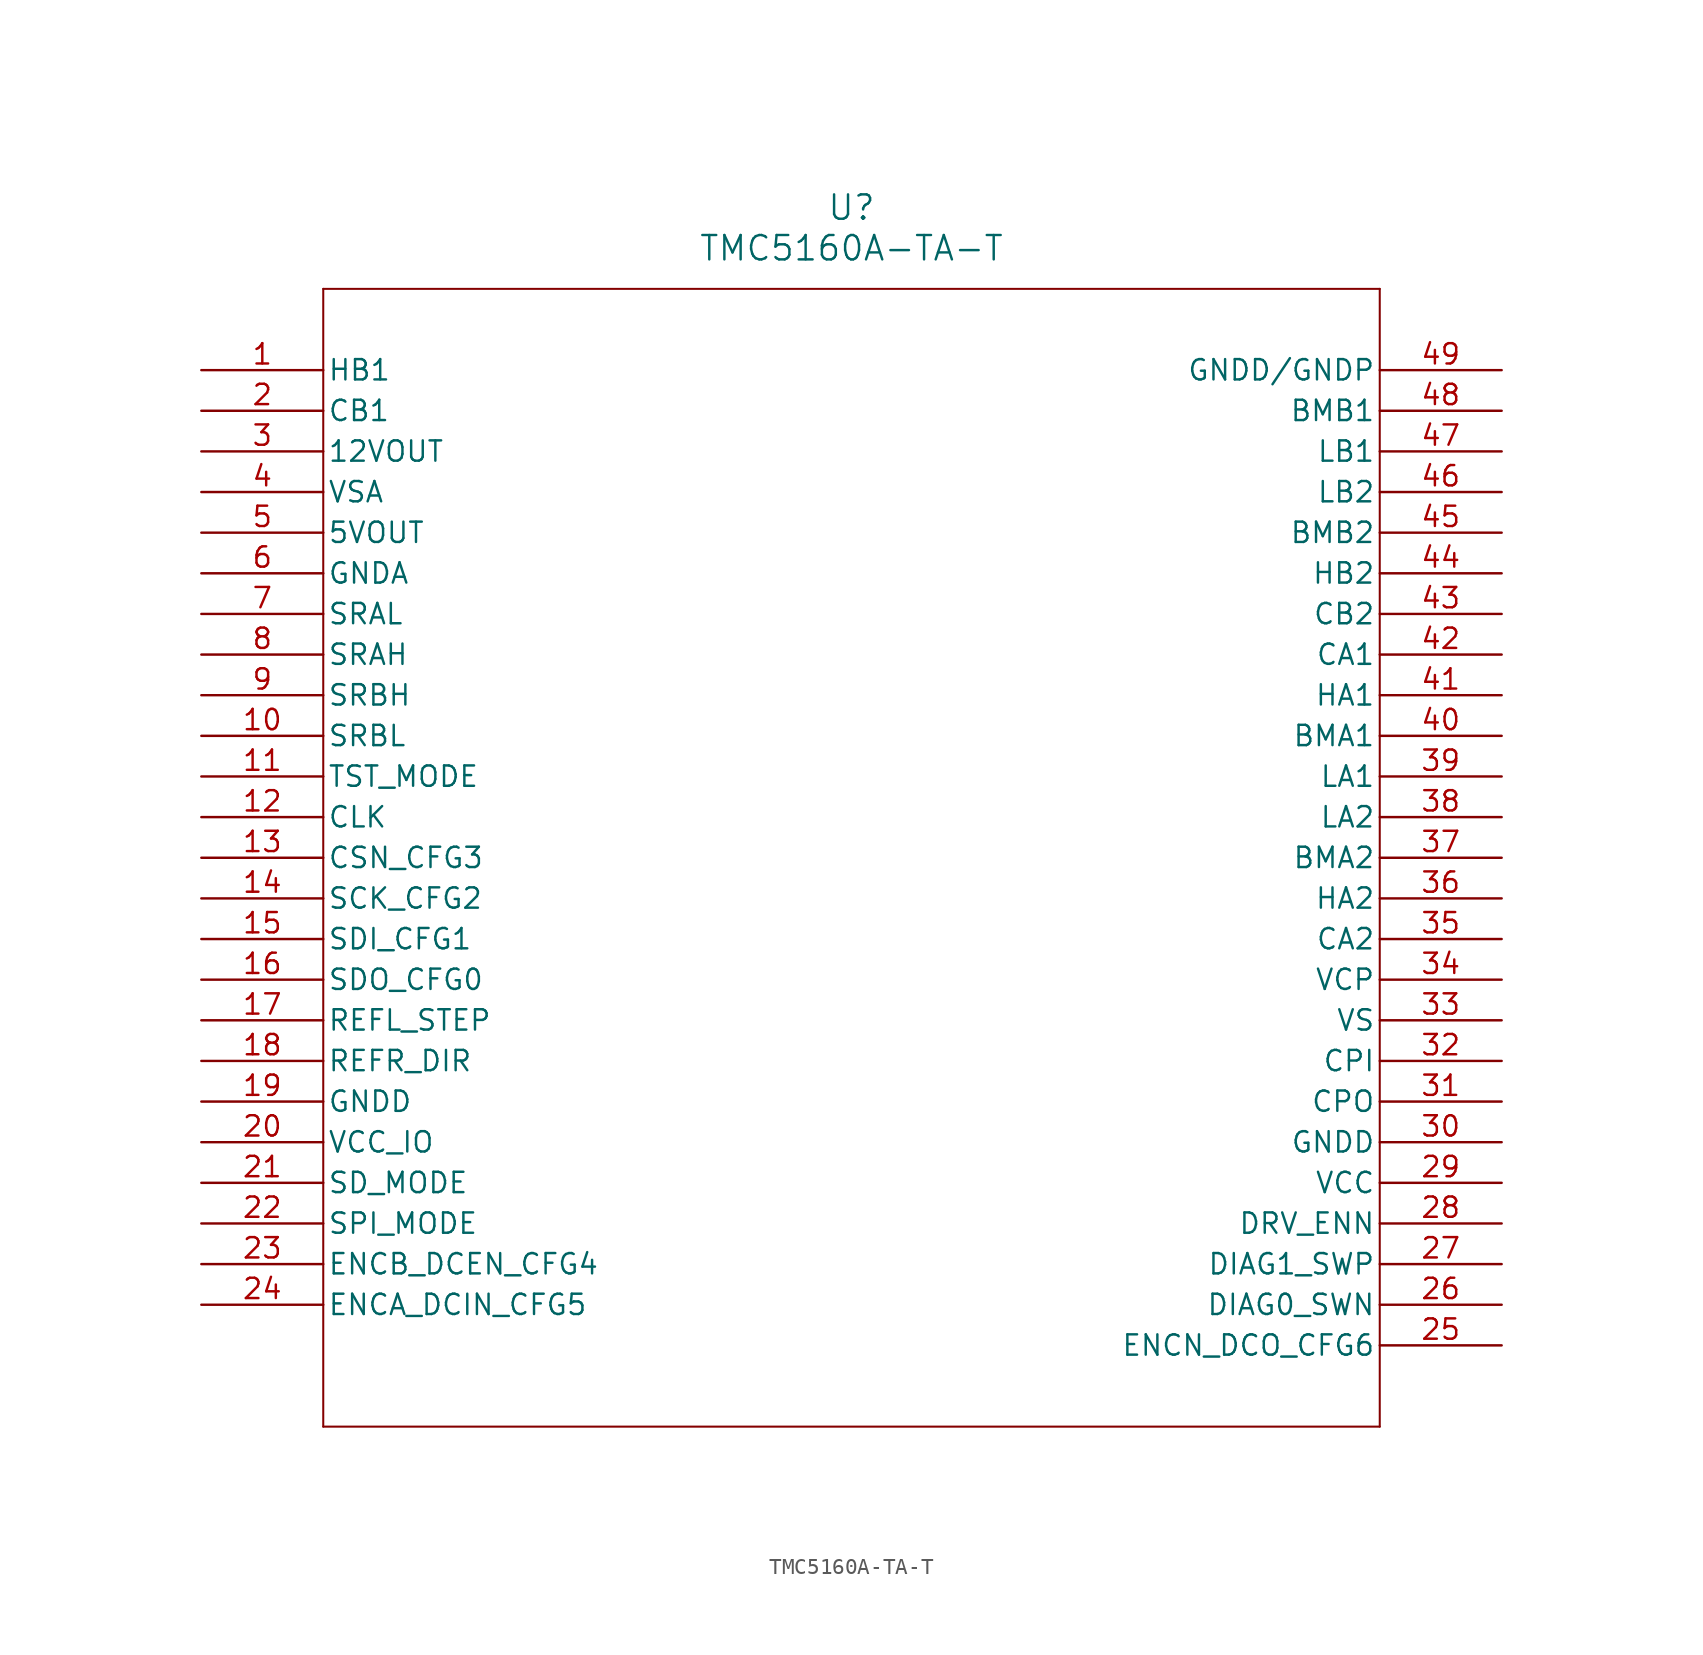
<source format=kicad_sym>
(kicad_symbol_lib
  (version 20231120)
  (generator "kicad_symbol_editor")
  (generator_version "8.0")
  (symbol "TMC5160A-TA-T"
    (pin_names
      (offset 0.254))
    (property "Reference" "U"
      (at 40.64 10.16 0)
      (effects (font (size 1.524 1.524))))
    (property "Value" "TMC5160A-TA-T"
      (at 40.64 7.62 0)
      (effects (font (size 1.524 1.524))))
    (symbol "TMC5160A-TA-T_0_1"
      (polyline (pts (xy 7.62 -66.04) (xy 73.66 -66.04)) (stroke (width 0.127) (type default)) (fill (type none)))
      (polyline (pts (xy 7.62 5.08) (xy 7.62 -66.04)) (stroke (width 0.127) (type default)) (fill (type none)))
      (polyline (pts (xy 73.66 -66.04) (xy 73.66 5.08)) (stroke (width 0.127) (type default)) (fill (type none)))
      (polyline (pts (xy 73.66 5.08) (xy 7.62 5.08)) (stroke (width 0.127) (type default)) (fill (type none)))
      (pin power_in line (at 0 0 0) (length 7.62) (name "HB1" (effects (font (size 1.27 1.27)))) (number "1" (effects (font (size 1.27 1.27)))))
      (pin unspecified line (at 0 -22.86 0) (length 7.62) (name "SRBL" (effects (font (size 1.27 1.27)))) (number "10" (effects (font (size 1.27 1.27)))))
      (pin input line (at 0 -25.4 0) (length 7.62) (name "TST_MODE" (effects (font (size 1.27 1.27)))) (number "11" (effects (font (size 1.27 1.27)))))
      (pin input line (at 0 -27.94 0) (length 7.62) (name "CLK" (effects (font (size 1.27 1.27)))) (number "12" (effects (font (size 1.27 1.27)))))
      (pin input line (at 0 -30.48 0) (length 7.62) (name "CSN_CFG3" (effects (font (size 1.27 1.27)))) (number "13" (effects (font (size 1.27 1.27)))))
      (pin input line (at 0 -33.02 0) (length 7.62) (name "SCK_CFG2" (effects (font (size 1.27 1.27)))) (number "14" (effects (font (size 1.27 1.27)))))
      (pin input line (at 0 -35.56 0) (length 7.62) (name "SDI_CFG1" (effects (font (size 1.27 1.27)))) (number "15" (effects (font (size 1.27 1.27)))))
      (pin output line (at 0 -38.1 0) (length 7.62) (name "SDO_CFG0" (effects (font (size 1.27 1.27)))) (number "16" (effects (font (size 1.27 1.27)))))
      (pin input line (at 0 -40.64 0) (length 7.62) (name "REFL_STEP" (effects (font (size 1.27 1.27)))) (number "17" (effects (font (size 1.27 1.27)))))
      (pin input line (at 0 -43.18 0) (length 7.62) (name "REFR_DIR" (effects (font (size 1.27 1.27)))) (number "18" (effects (font (size 1.27 1.27)))))
      (pin power_out line (at 0 -45.72 0) (length 7.62) (name "GNDD" (effects (font (size 1.27 1.27)))) (number "19" (effects (font (size 1.27 1.27)))))
      (pin power_in line (at 0 -2.54 0) (length 7.62) (name "CB1" (effects (font (size 1.27 1.27)))) (number "2" (effects (font (size 1.27 1.27)))))
      (pin power_in line (at 0 -48.26 0) (length 7.62) (name "VCC_IO" (effects (font (size 1.27 1.27)))) (number "20" (effects (font (size 1.27 1.27)))))
      (pin input line (at 0 -50.8 0) (length 7.62) (name "SD_MODE" (effects (font (size 1.27 1.27)))) (number "21" (effects (font (size 1.27 1.27)))))
      (pin input line (at 0 -53.34 0) (length 7.62) (name "SPI_MODE" (effects (font (size 1.27 1.27)))) (number "22" (effects (font (size 1.27 1.27)))))
      (pin input line (at 0 -55.88 0) (length 7.62) (name "ENCB_DCEN_CFG4" (effects (font (size 1.27 1.27)))) (number "23" (effects (font (size 1.27 1.27)))))
      (pin input line (at 0 -58.42 0) (length 7.62) (name "ENCA_DCIN_CFG5" (effects (font (size 1.27 1.27)))) (number "24" (effects (font (size 1.27 1.27)))))
      (pin bidirectional line (at 81.28 -60.96 180) (length 7.62) (name "ENCN_DCO_CFG6" (effects (font (size 1.27 1.27)))) (number "25" (effects (font (size 1.27 1.27)))))
      (pin bidirectional line (at 81.28 -58.42 180) (length 7.62) (name "DIAG0_SWN" (effects (font (size 1.27 1.27)))) (number "26" (effects (font (size 1.27 1.27)))))
      (pin bidirectional line (at 81.28 -55.88 180) (length 7.62) (name "DIAG1_SWP" (effects (font (size 1.27 1.27)))) (number "27" (effects (font (size 1.27 1.27)))))
      (pin input line (at 81.28 -53.34 180) (length 7.62) (name "DRV_ENN" (effects (font (size 1.27 1.27)))) (number "28" (effects (font (size 1.27 1.27)))))
      (pin power_in line (at 81.28 -50.8 180) (length 7.62) (name "VCC" (effects (font (size 1.27 1.27)))) (number "29" (effects (font (size 1.27 1.27)))))
      (pin power_in line (at 0 -5.08 0) (length 7.62) (name "12VOUT" (effects (font (size 1.27 1.27)))) (number "3" (effects (font (size 1.27 1.27)))))
      (pin power_out line (at 81.28 -48.26 180) (length 7.62) (name "GNDD" (effects (font (size 1.27 1.27)))) (number "30" (effects (font (size 1.27 1.27)))))
      (pin power_in line (at 81.28 -45.72 180) (length 7.62) (name "CPO" (effects (font (size 1.27 1.27)))) (number "31" (effects (font (size 1.27 1.27)))))
      (pin power_in line (at 81.28 -43.18 180) (length 7.62) (name "CPI" (effects (font (size 1.27 1.27)))) (number "32" (effects (font (size 1.27 1.27)))))
      (pin power_in line (at 81.28 -40.64 180) (length 7.62) (name "VS" (effects (font (size 1.27 1.27)))) (number "33" (effects (font (size 1.27 1.27)))))
      (pin power_in line (at 81.28 -38.1 180) (length 7.62) (name "VCP" (effects (font (size 1.27 1.27)))) (number "34" (effects (font (size 1.27 1.27)))))
      (pin power_in line (at 81.28 -35.56 180) (length 7.62) (name "CA2" (effects (font (size 1.27 1.27)))) (number "35" (effects (font (size 1.27 1.27)))))
      (pin power_in line (at 81.28 -33.02 180) (length 7.62) (name "HA2" (effects (font (size 1.27 1.27)))) (number "36" (effects (font (size 1.27 1.27)))))
      (pin power_in line (at 81.28 -30.48 180) (length 7.62) (name "BMA2" (effects (font (size 1.27 1.27)))) (number "37" (effects (font (size 1.27 1.27)))))
      (pin output line (at 81.28 -27.94 180) (length 7.62) (name "LA2" (effects (font (size 1.27 1.27)))) (number "38" (effects (font (size 1.27 1.27)))))
      (pin output line (at 81.28 -25.4 180) (length 7.62) (name "LA1" (effects (font (size 1.27 1.27)))) (number "39" (effects (font (size 1.27 1.27)))))
      (pin power_in line (at 0 -7.62 0) (length 7.62) (name "VSA" (effects (font (size 1.27 1.27)))) (number "4" (effects (font (size 1.27 1.27)))))
      (pin power_in line (at 81.28 -22.86 180) (length 7.62) (name "BMA1" (effects (font (size 1.27 1.27)))) (number "40" (effects (font (size 1.27 1.27)))))
      (pin power_in line (at 81.28 -20.32 180) (length 7.62) (name "HA1" (effects (font (size 1.27 1.27)))) (number "41" (effects (font (size 1.27 1.27)))))
      (pin power_in line (at 81.28 -17.78 180) (length 7.62) (name "CA1" (effects (font (size 1.27 1.27)))) (number "42" (effects (font (size 1.27 1.27)))))
      (pin power_in line (at 81.28 -15.24 180) (length 7.62) (name "CB2" (effects (font (size 1.27 1.27)))) (number "43" (effects (font (size 1.27 1.27)))))
      (pin power_in line (at 81.28 -12.7 180) (length 7.62) (name "HB2" (effects (font (size 1.27 1.27)))) (number "44" (effects (font (size 1.27 1.27)))))
      (pin power_in line (at 81.28 -10.16 180) (length 7.62) (name "BMB2" (effects (font (size 1.27 1.27)))) (number "45" (effects (font (size 1.27 1.27)))))
      (pin output line (at 81.28 -7.62 180) (length 7.62) (name "LB2" (effects (font (size 1.27 1.27)))) (number "46" (effects (font (size 1.27 1.27)))))
      (pin output line (at 81.28 -5.08 180) (length 7.62) (name "LB1" (effects (font (size 1.27 1.27)))) (number "47" (effects (font (size 1.27 1.27)))))
      (pin power_in line (at 81.28 -2.54 180) (length 7.62) (name "BMB1" (effects (font (size 1.27 1.27)))) (number "48" (effects (font (size 1.27 1.27)))))
      (pin power_out line (at 81.28 0 180) (length 7.62) (name "GNDD/GNDP" (effects (font (size 1.27 1.27)))) (number "49" (effects (font (size 1.27 1.27)))))
      (pin power_in line (at 0 -10.16 0) (length 7.62) (name "5VOUT" (effects (font (size 1.27 1.27)))) (number "5" (effects (font (size 1.27 1.27)))))
      (pin power_out line (at 0 -12.7 0) (length 7.62) (name "GNDA" (effects (font (size 1.27 1.27)))) (number "6" (effects (font (size 1.27 1.27)))))
      (pin unspecified line (at 0 -15.24 0) (length 7.62) (name "SRAL" (effects (font (size 1.27 1.27)))) (number "7" (effects (font (size 1.27 1.27)))))
      (pin unspecified line (at 0 -17.78 0) (length 7.62) (name "SRAH" (effects (font (size 1.27 1.27)))) (number "8" (effects (font (size 1.27 1.27)))))
      (pin unspecified line (at 0 -20.32 0) (length 7.62) (name "SRBH" (effects (font (size 1.27 1.27)))) (number "9" (effects (font (size 1.27 1.27))))))))
</source>
